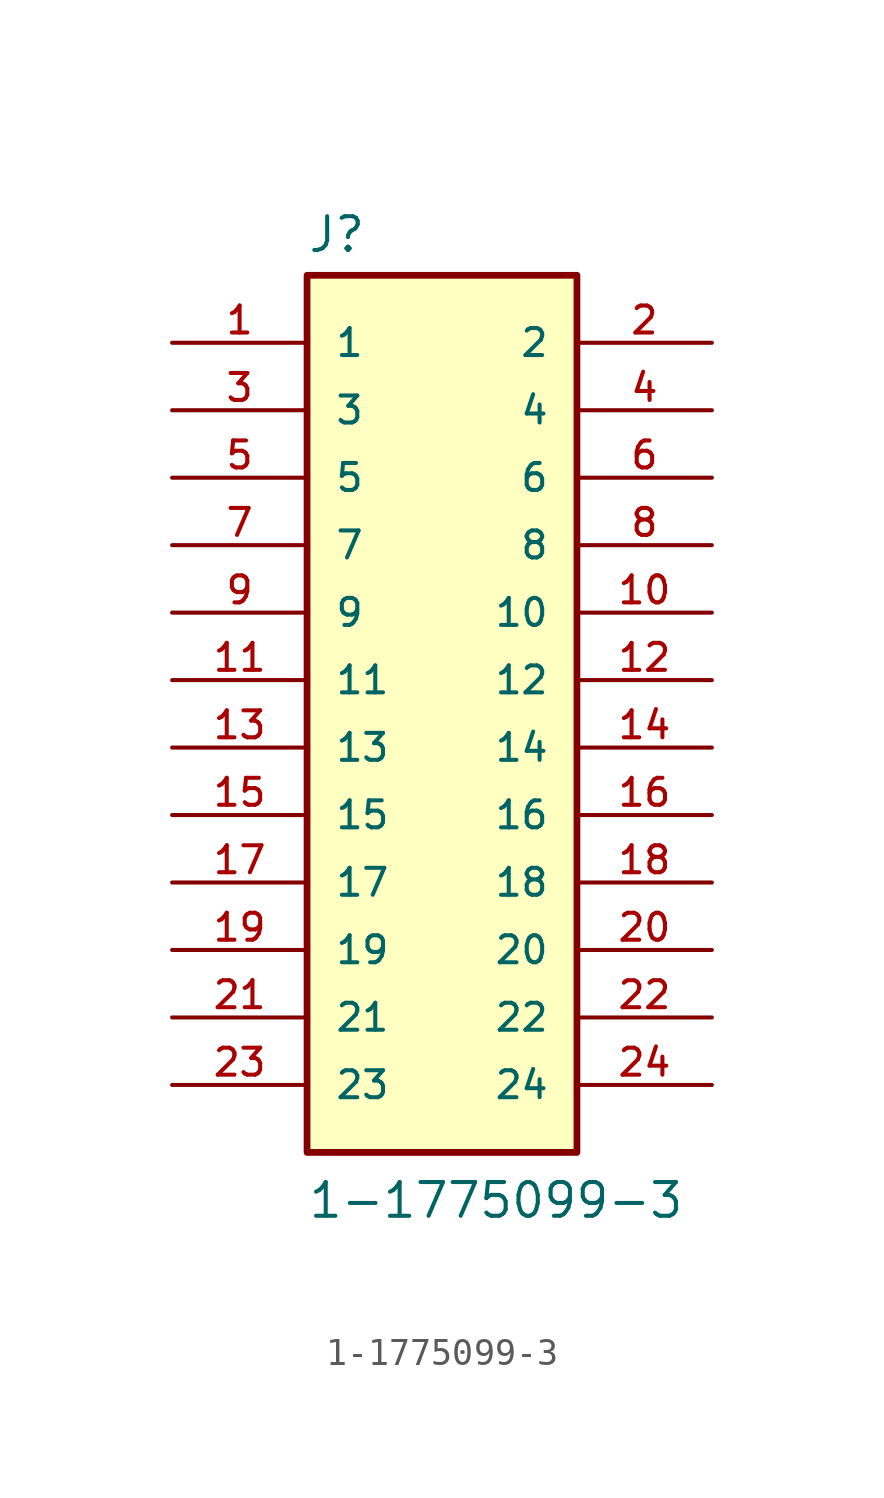
<source format=kicad_sym>
(kicad_symbol_lib
  (version 20211014)
  (generator kicad_symbol_editor)
  (symbol "1-1775099-3"
    (pin_names
      (offset 1.016))
    (property "Reference" "J"
      (at -5.089 16.031 0)
      (effects (font (size 1.27 1.27)) (justify bottom left)))
    (property "Value" "1-1775099-3"
      (at -5.082 -20.33 0)
      (effects (font (size 1.27 1.27)) (justify bottom left)))
    (symbol "1-1775099-3_0_0"
      (rectangle (start -5.08 -17.78) (end 5.08 15.24) (stroke (width 0.254)) (fill (type background)))
      (pin passive line (at -10.16 12.7 0) (length 5.08) (name "1" (effects (font (size 1.016 1.016)))) (number "1" (effects (font (size 1.016 1.016)))))
      (pin passive line (at 10.16 12.7 180.0) (length 5.08) (name "2" (effects (font (size 1.016 1.016)))) (number "2" (effects (font (size 1.016 1.016)))))
      (pin passive line (at -10.16 10.16 0) (length 5.08) (name "3" (effects (font (size 1.016 1.016)))) (number "3" (effects (font (size 1.016 1.016)))))
      (pin passive line (at 10.16 10.16 180.0) (length 5.08) (name "4" (effects (font (size 1.016 1.016)))) (number "4" (effects (font (size 1.016 1.016)))))
      (pin passive line (at -10.16 7.62 0) (length 5.08) (name "5" (effects (font (size 1.016 1.016)))) (number "5" (effects (font (size 1.016 1.016)))))
      (pin passive line (at 10.16 7.62 180.0) (length 5.08) (name "6" (effects (font (size 1.016 1.016)))) (number "6" (effects (font (size 1.016 1.016)))))
      (pin passive line (at -10.16 5.08 0) (length 5.08) (name "7" (effects (font (size 1.016 1.016)))) (number "7" (effects (font (size 1.016 1.016)))))
      (pin passive line (at 10.16 5.08 180.0) (length 5.08) (name "8" (effects (font (size 1.016 1.016)))) (number "8" (effects (font (size 1.016 1.016)))))
      (pin passive line (at -10.16 2.54 0) (length 5.08) (name "9" (effects (font (size 1.016 1.016)))) (number "9" (effects (font (size 1.016 1.016)))))
      (pin passive line (at 10.16 2.54 180.0) (length 5.08) (name "10" (effects (font (size 1.016 1.016)))) (number "10" (effects (font (size 1.016 1.016)))))
      (pin passive line (at -10.16 0.0 0) (length 5.08) (name "11" (effects (font (size 1.016 1.016)))) (number "11" (effects (font (size 1.016 1.016)))))
      (pin passive line (at 10.16 0.0 180.0) (length 5.08) (name "12" (effects (font (size 1.016 1.016)))) (number "12" (effects (font (size 1.016 1.016)))))
      (pin passive line (at -10.16 -2.54 0) (length 5.08) (name "13" (effects (font (size 1.016 1.016)))) (number "13" (effects (font (size 1.016 1.016)))))
      (pin passive line (at 10.16 -2.54 180.0) (length 5.08) (name "14" (effects (font (size 1.016 1.016)))) (number "14" (effects (font (size 1.016 1.016)))))
      (pin passive line (at -10.16 -5.08 0) (length 5.08) (name "15" (effects (font (size 1.016 1.016)))) (number "15" (effects (font (size 1.016 1.016)))))
      (pin passive line (at 10.16 -5.08 180.0) (length 5.08) (name "16" (effects (font (size 1.016 1.016)))) (number "16" (effects (font (size 1.016 1.016)))))
      (pin passive line (at -10.16 -7.62 0) (length 5.08) (name "17" (effects (font (size 1.016 1.016)))) (number "17" (effects (font (size 1.016 1.016)))))
      (pin passive line (at 10.16 -7.62 180.0) (length 5.08) (name "18" (effects (font (size 1.016 1.016)))) (number "18" (effects (font (size 1.016 1.016)))))
      (pin passive line (at -10.16 -10.16 0) (length 5.08) (name "19" (effects (font (size 1.016 1.016)))) (number "19" (effects (font (size 1.016 1.016)))))
      (pin passive line (at 10.16 -10.16 180.0) (length 5.08) (name "20" (effects (font (size 1.016 1.016)))) (number "20" (effects (font (size 1.016 1.016)))))
      (pin passive line (at -10.16 -12.7 0) (length 5.08) (name "21" (effects (font (size 1.016 1.016)))) (number "21" (effects (font (size 1.016 1.016)))))
      (pin passive line (at 10.16 -12.7 180.0) (length 5.08) (name "22" (effects (font (size 1.016 1.016)))) (number "22" (effects (font (size 1.016 1.016)))))
      (pin passive line (at -10.16 -15.24 0) (length 5.08) (name "23" (effects (font (size 1.016 1.016)))) (number "23" (effects (font (size 1.016 1.016)))))
      (pin passive line (at 10.16 -15.24 180.0) (length 5.08) (name "24" (effects (font (size 1.016 1.016)))) (number "24" (effects (font (size 1.016 1.016))))))))
</source>
